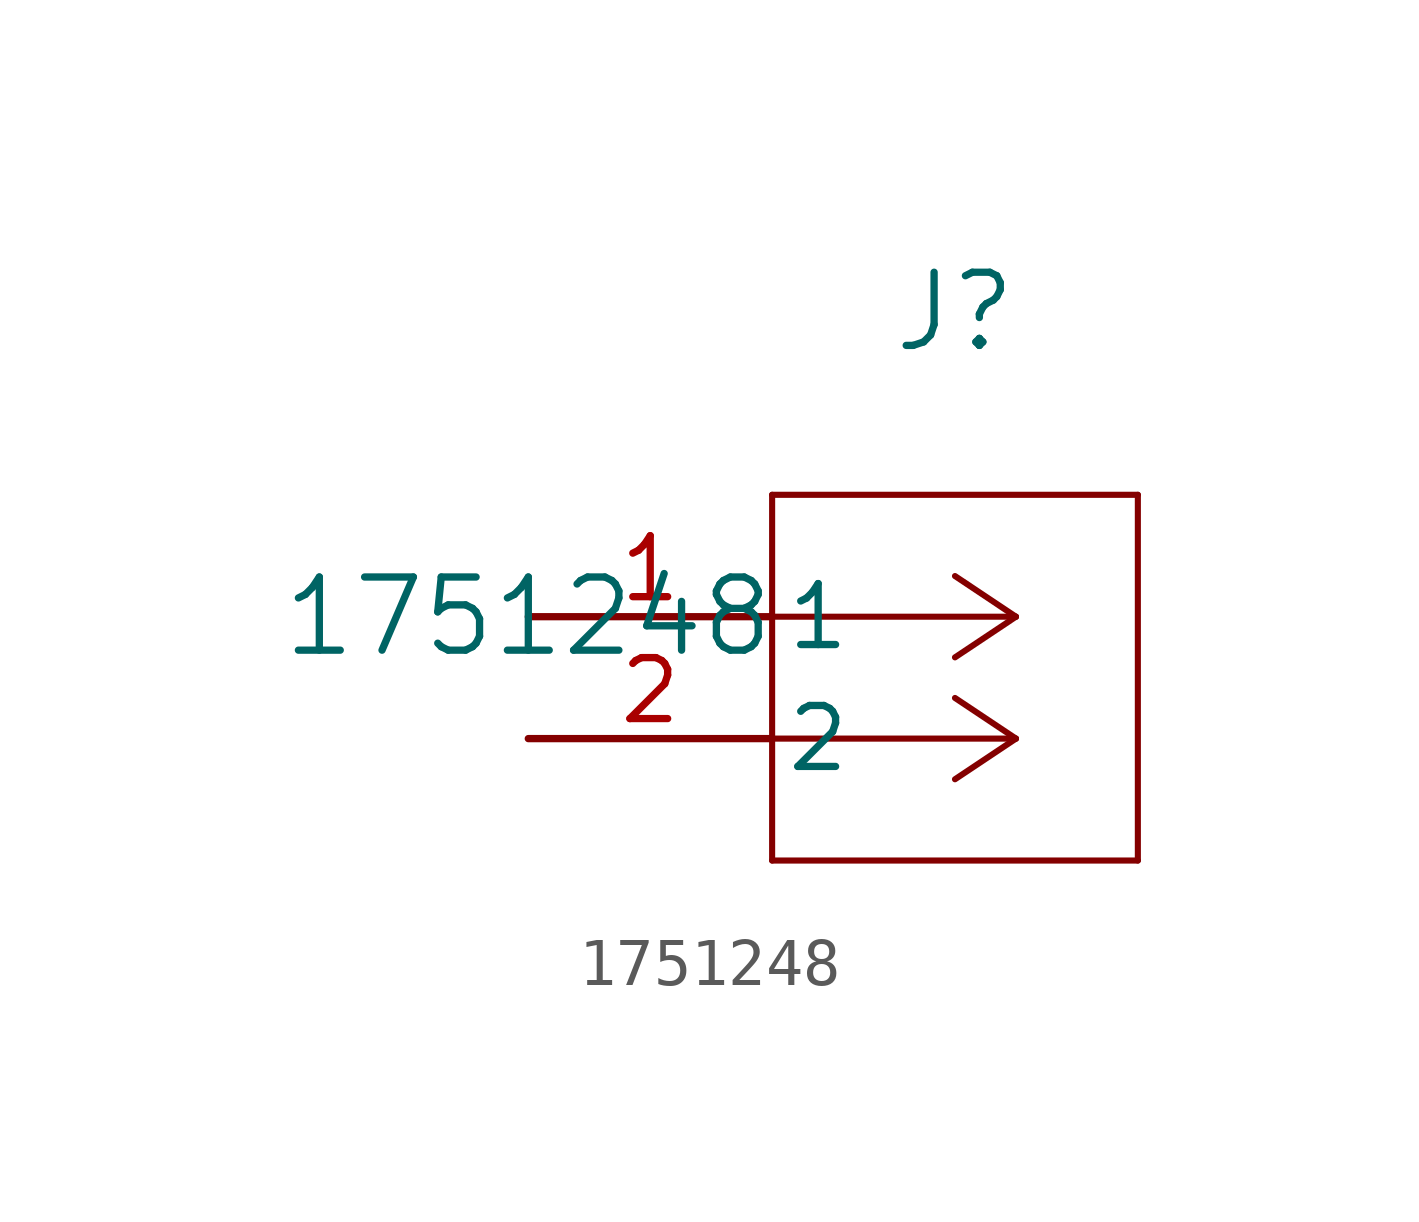
<source format=kicad_sym>
(kicad_symbol_lib
  (version 20211014)
  (generator kicad_symbol_editor)
  (symbol "1751248"
    (pin_names
      (offset 0.254))
    (property "Reference" "J"
      (at 8.89 6.35 0)
      (effects (font (size 1.524 1.524))))
    (property "Value" "1751248"
      (at 0 0 0)
      (effects (font (size 1.524 1.524))))
    (symbol "1751248_0_1"
      (polyline (pts (xy 10.16 0) (xy 5.08 0)) (stroke (width 0.127) (type default) (color 0 0 0 0)) (fill (type none)))
      (polyline (pts (xy 10.16 -2.54) (xy 5.08 -2.54)) (stroke (width 0.127) (type default) (color 0 0 0 0)) (fill (type none)))
      (polyline (pts (xy 10.16 0) (xy 8.89 0.847)) (stroke (width 0.127) (type default) (color 0 0 0 0)) (fill (type none)))
      (polyline (pts (xy 10.16 -2.54) (xy 8.89 -1.693)) (stroke (width 0.127) (type default) (color 0 0 0 0)) (fill (type none)))
      (polyline (pts (xy 10.16 0) (xy 8.89 -0.847)) (stroke (width 0.127) (type default) (color 0 0 0 0)) (fill (type none)))
      (polyline (pts (xy 10.16 -2.54) (xy 8.89 -3.387)) (stroke (width 0.127) (type default) (color 0 0 0 0)) (fill (type none)))
      (polyline (pts (xy 5.08 2.54) (xy 5.08 -5.08)) (stroke (width 0.127) (type default) (color 0 0 0 0)) (fill (type none)))
      (polyline (pts (xy 5.08 -5.08) (xy 12.7 -5.08)) (stroke (width 0.127) (type default) (color 0 0 0 0)) (fill (type none)))
      (polyline (pts (xy 12.7 -5.08) (xy 12.7 2.54)) (stroke (width 0.127) (type default) (color 0 0 0 0)) (fill (type none)))
      (polyline (pts (xy 12.7 2.54) (xy 5.08 2.54)) (stroke (width 0.127) (type default) (color 0 0 0 0)) (fill (type none)))
      (pin unspecified line (at 0 0 0) (length 5.08) (name "1" (effects (font (size 1.27 1.27)))) (number "1" (effects (font (size 1.27 1.27)))))
      (pin unspecified line (at 0 -2.54 0) (length 5.08) (name "2" (effects (font (size 1.27 1.27)))) (number "2" (effects (font (size 1.27 1.27))))))))
</source>
